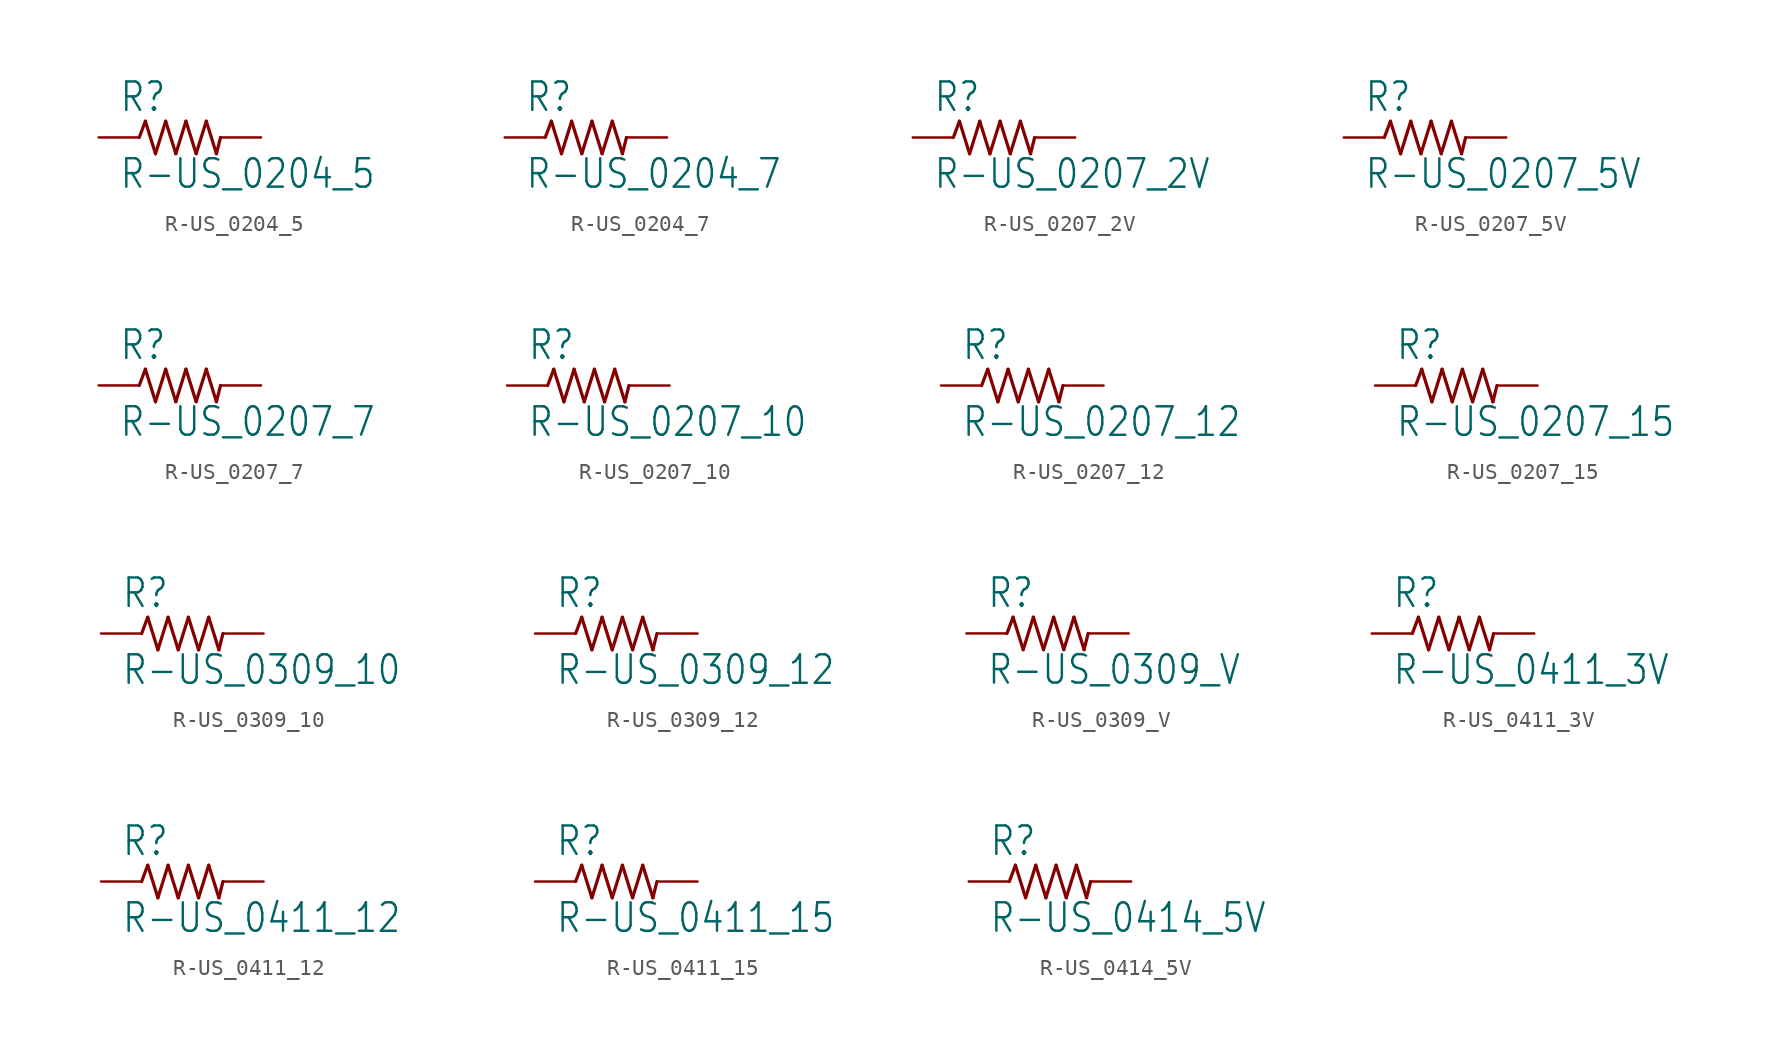
<source format=kicad_sym>
(kicad_symbol_lib
  (version 20200126)
  (host kicad_symbol_editor "(5.99.0-2281-g2f31bf278-dirty)")
  (symbol "R-US_0204_5"
    (property "Reference" "R"
      (at -3.81 1.499 0)
      (effects (font (size 1.778 1.511)) (justify left bottom)))
    (property "Value" "R-US_0204_5"
      (at -3.81 -3.302 0)
      (effects (font (size 1.778 1.511)) (justify left bottom)))
    (property "ki_locked" ""
      (at 0 0 0)
      (effects (font (size 1.27 1.27))))
    (symbol "R-US_0204_5_1_0"
      (polyline (pts (xy -2.54 0) (xy -2.159 1.016)) (stroke (width 0.203)) (fill (type none)))
      (polyline (pts (xy -2.159 1.016) (xy -1.524 -1.016)) (stroke (width 0.203)) (fill (type none)))
      (polyline (pts (xy -1.524 -1.016) (xy -0.889 1.016)) (stroke (width 0.203)) (fill (type none)))
      (polyline (pts (xy -0.889 1.016) (xy -0.254 -1.016)) (stroke (width 0.203)) (fill (type none)))
      (polyline (pts (xy -0.254 -1.016) (xy 0.381 1.016)) (stroke (width 0.203)) (fill (type none)))
      (polyline (pts (xy 0.381 1.016) (xy 1.016 -1.016)) (stroke (width 0.203)) (fill (type none)))
      (polyline (pts (xy 1.016 -1.016) (xy 1.651 1.016)) (stroke (width 0.203)) (fill (type none)))
      (polyline (pts (xy 1.651 1.016) (xy 2.286 -1.016)) (stroke (width 0.203)) (fill (type none)))
      (polyline (pts (xy 2.286 -1.016) (xy 2.54 0)) (stroke (width 0.203)) (fill (type none)))
      (pin passive line (at 5.08 0 180) (length 2.54) (name "2" (effects (font (size 0 0)))) (number "2" (effects (font (size 0 0)))))
      (pin passive line (at -5.08 0 0) (length 2.54) (name "1" (effects (font (size 0 0)))) (number "1" (effects (font (size 0 0)))))))
  (symbol "R-US_0204_7"
    (property "Reference" "R"
      (at -3.81 1.499 0)
      (effects (font (size 1.778 1.511)) (justify left bottom)))
    (property "Value" "R-US_0204_7"
      (at -3.81 -3.302 0)
      (effects (font (size 1.778 1.511)) (justify left bottom)))
    (property "ki_locked" ""
      (at 0 0 0)
      (effects (font (size 1.27 1.27))))
    (symbol "R-US_0204_7_1_0"
      (polyline (pts (xy -2.54 0) (xy -2.159 1.016)) (stroke (width 0.203)) (fill (type none)))
      (polyline (pts (xy -2.159 1.016) (xy -1.524 -1.016)) (stroke (width 0.203)) (fill (type none)))
      (polyline (pts (xy -1.524 -1.016) (xy -0.889 1.016)) (stroke (width 0.203)) (fill (type none)))
      (polyline (pts (xy -0.889 1.016) (xy -0.254 -1.016)) (stroke (width 0.203)) (fill (type none)))
      (polyline (pts (xy -0.254 -1.016) (xy 0.381 1.016)) (stroke (width 0.203)) (fill (type none)))
      (polyline (pts (xy 0.381 1.016) (xy 1.016 -1.016)) (stroke (width 0.203)) (fill (type none)))
      (polyline (pts (xy 1.016 -1.016) (xy 1.651 1.016)) (stroke (width 0.203)) (fill (type none)))
      (polyline (pts (xy 1.651 1.016) (xy 2.286 -1.016)) (stroke (width 0.203)) (fill (type none)))
      (polyline (pts (xy 2.286 -1.016) (xy 2.54 0)) (stroke (width 0.203)) (fill (type none)))
      (pin passive line (at 5.08 0 180) (length 2.54) (name "2" (effects (font (size 0 0)))) (number "2" (effects (font (size 0 0)))))
      (pin passive line (at -5.08 0 0) (length 2.54) (name "1" (effects (font (size 0 0)))) (number "1" (effects (font (size 0 0)))))))
  (symbol "R-US_0207_2V"
    (property "Reference" "R"
      (at -3.81 1.499 0)
      (effects (font (size 1.778 1.511)) (justify left bottom)))
    (property "Value" "R-US_0207_2V"
      (at -3.81 -3.302 0)
      (effects (font (size 1.778 1.511)) (justify left bottom)))
    (property "ki_locked" ""
      (at 0 0 0)
      (effects (font (size 1.27 1.27))))
    (symbol "R-US_0207_2V_1_0"
      (polyline (pts (xy -2.54 0) (xy -2.159 1.016)) (stroke (width 0.203)) (fill (type none)))
      (polyline (pts (xy -2.159 1.016) (xy -1.524 -1.016)) (stroke (width 0.203)) (fill (type none)))
      (polyline (pts (xy -1.524 -1.016) (xy -0.889 1.016)) (stroke (width 0.203)) (fill (type none)))
      (polyline (pts (xy -0.889 1.016) (xy -0.254 -1.016)) (stroke (width 0.203)) (fill (type none)))
      (polyline (pts (xy -0.254 -1.016) (xy 0.381 1.016)) (stroke (width 0.203)) (fill (type none)))
      (polyline (pts (xy 0.381 1.016) (xy 1.016 -1.016)) (stroke (width 0.203)) (fill (type none)))
      (polyline (pts (xy 1.016 -1.016) (xy 1.651 1.016)) (stroke (width 0.203)) (fill (type none)))
      (polyline (pts (xy 1.651 1.016) (xy 2.286 -1.016)) (stroke (width 0.203)) (fill (type none)))
      (polyline (pts (xy 2.286 -1.016) (xy 2.54 0)) (stroke (width 0.203)) (fill (type none)))
      (pin passive line (at 5.08 0 180) (length 2.54) (name "2" (effects (font (size 0 0)))) (number "2" (effects (font (size 0 0)))))
      (pin passive line (at -5.08 0 0) (length 2.54) (name "1" (effects (font (size 0 0)))) (number "1" (effects (font (size 0 0)))))))
  (symbol "R-US_0207_5V"
    (property "Reference" "R"
      (at -3.81 1.499 0)
      (effects (font (size 1.778 1.511)) (justify left bottom)))
    (property "Value" "R-US_0207_5V"
      (at -3.81 -3.302 0)
      (effects (font (size 1.778 1.511)) (justify left bottom)))
    (property "ki_locked" ""
      (at 0 0 0)
      (effects (font (size 1.27 1.27))))
    (symbol "R-US_0207_5V_1_0"
      (polyline (pts (xy -2.54 0) (xy -2.159 1.016)) (stroke (width 0.203)) (fill (type none)))
      (polyline (pts (xy -2.159 1.016) (xy -1.524 -1.016)) (stroke (width 0.203)) (fill (type none)))
      (polyline (pts (xy -1.524 -1.016) (xy -0.889 1.016)) (stroke (width 0.203)) (fill (type none)))
      (polyline (pts (xy -0.889 1.016) (xy -0.254 -1.016)) (stroke (width 0.203)) (fill (type none)))
      (polyline (pts (xy -0.254 -1.016) (xy 0.381 1.016)) (stroke (width 0.203)) (fill (type none)))
      (polyline (pts (xy 0.381 1.016) (xy 1.016 -1.016)) (stroke (width 0.203)) (fill (type none)))
      (polyline (pts (xy 1.016 -1.016) (xy 1.651 1.016)) (stroke (width 0.203)) (fill (type none)))
      (polyline (pts (xy 1.651 1.016) (xy 2.286 -1.016)) (stroke (width 0.203)) (fill (type none)))
      (polyline (pts (xy 2.286 -1.016) (xy 2.54 0)) (stroke (width 0.203)) (fill (type none)))
      (pin passive line (at 5.08 0 180) (length 2.54) (name "2" (effects (font (size 0 0)))) (number "2" (effects (font (size 0 0)))))
      (pin passive line (at -5.08 0 0) (length 2.54) (name "1" (effects (font (size 0 0)))) (number "1" (effects (font (size 0 0)))))))
  (symbol "R-US_0207_7"
    (property "Reference" "R"
      (at -3.81 1.499 0)
      (effects (font (size 1.778 1.511)) (justify left bottom)))
    (property "Value" "R-US_0207_7"
      (at -3.81 -3.302 0)
      (effects (font (size 1.778 1.511)) (justify left bottom)))
    (property "ki_locked" ""
      (at 0 0 0)
      (effects (font (size 1.27 1.27))))
    (symbol "R-US_0207_7_1_0"
      (polyline (pts (xy -2.54 0) (xy -2.159 1.016)) (stroke (width 0.203)) (fill (type none)))
      (polyline (pts (xy -2.159 1.016) (xy -1.524 -1.016)) (stroke (width 0.203)) (fill (type none)))
      (polyline (pts (xy -1.524 -1.016) (xy -0.889 1.016)) (stroke (width 0.203)) (fill (type none)))
      (polyline (pts (xy -0.889 1.016) (xy -0.254 -1.016)) (stroke (width 0.203)) (fill (type none)))
      (polyline (pts (xy -0.254 -1.016) (xy 0.381 1.016)) (stroke (width 0.203)) (fill (type none)))
      (polyline (pts (xy 0.381 1.016) (xy 1.016 -1.016)) (stroke (width 0.203)) (fill (type none)))
      (polyline (pts (xy 1.016 -1.016) (xy 1.651 1.016)) (stroke (width 0.203)) (fill (type none)))
      (polyline (pts (xy 1.651 1.016) (xy 2.286 -1.016)) (stroke (width 0.203)) (fill (type none)))
      (polyline (pts (xy 2.286 -1.016) (xy 2.54 0)) (stroke (width 0.203)) (fill (type none)))
      (pin passive line (at 5.08 0 180) (length 2.54) (name "2" (effects (font (size 0 0)))) (number "2" (effects (font (size 0 0)))))
      (pin passive line (at -5.08 0 0) (length 2.54) (name "1" (effects (font (size 0 0)))) (number "1" (effects (font (size 0 0)))))))
  (symbol "R-US_0207_10"
    (property "Reference" "R"
      (at -3.81 1.499 0)
      (effects (font (size 1.778 1.511)) (justify left bottom)))
    (property "Value" "R-US_0207_10"
      (at -3.81 -3.302 0)
      (effects (font (size 1.778 1.511)) (justify left bottom)))
    (property "ki_locked" ""
      (at 0 0 0)
      (effects (font (size 1.27 1.27))))
    (symbol "R-US_0207_10_1_0"
      (polyline (pts (xy -2.54 0) (xy -2.159 1.016)) (stroke (width 0.203)) (fill (type none)))
      (polyline (pts (xy -2.159 1.016) (xy -1.524 -1.016)) (stroke (width 0.203)) (fill (type none)))
      (polyline (pts (xy -1.524 -1.016) (xy -0.889 1.016)) (stroke (width 0.203)) (fill (type none)))
      (polyline (pts (xy -0.889 1.016) (xy -0.254 -1.016)) (stroke (width 0.203)) (fill (type none)))
      (polyline (pts (xy -0.254 -1.016) (xy 0.381 1.016)) (stroke (width 0.203)) (fill (type none)))
      (polyline (pts (xy 0.381 1.016) (xy 1.016 -1.016)) (stroke (width 0.203)) (fill (type none)))
      (polyline (pts (xy 1.016 -1.016) (xy 1.651 1.016)) (stroke (width 0.203)) (fill (type none)))
      (polyline (pts (xy 1.651 1.016) (xy 2.286 -1.016)) (stroke (width 0.203)) (fill (type none)))
      (polyline (pts (xy 2.286 -1.016) (xy 2.54 0)) (stroke (width 0.203)) (fill (type none)))
      (pin passive line (at 5.08 0 180) (length 2.54) (name "2" (effects (font (size 0 0)))) (number "2" (effects (font (size 0 0)))))
      (pin passive line (at -5.08 0 0) (length 2.54) (name "1" (effects (font (size 0 0)))) (number "1" (effects (font (size 0 0)))))))
  (symbol "R-US_0207_12"
    (property "Reference" "R"
      (at -3.81 1.499 0)
      (effects (font (size 1.778 1.511)) (justify left bottom)))
    (property "Value" "R-US_0207_12"
      (at -3.81 -3.302 0)
      (effects (font (size 1.778 1.511)) (justify left bottom)))
    (property "ki_locked" ""
      (at 0 0 0)
      (effects (font (size 1.27 1.27))))
    (symbol "R-US_0207_12_1_0"
      (polyline (pts (xy -2.54 0) (xy -2.159 1.016)) (stroke (width 0.203)) (fill (type none)))
      (polyline (pts (xy -2.159 1.016) (xy -1.524 -1.016)) (stroke (width 0.203)) (fill (type none)))
      (polyline (pts (xy -1.524 -1.016) (xy -0.889 1.016)) (stroke (width 0.203)) (fill (type none)))
      (polyline (pts (xy -0.889 1.016) (xy -0.254 -1.016)) (stroke (width 0.203)) (fill (type none)))
      (polyline (pts (xy -0.254 -1.016) (xy 0.381 1.016)) (stroke (width 0.203)) (fill (type none)))
      (polyline (pts (xy 0.381 1.016) (xy 1.016 -1.016)) (stroke (width 0.203)) (fill (type none)))
      (polyline (pts (xy 1.016 -1.016) (xy 1.651 1.016)) (stroke (width 0.203)) (fill (type none)))
      (polyline (pts (xy 1.651 1.016) (xy 2.286 -1.016)) (stroke (width 0.203)) (fill (type none)))
      (polyline (pts (xy 2.286 -1.016) (xy 2.54 0)) (stroke (width 0.203)) (fill (type none)))
      (pin passive line (at 5.08 0 180) (length 2.54) (name "2" (effects (font (size 0 0)))) (number "2" (effects (font (size 0 0)))))
      (pin passive line (at -5.08 0 0) (length 2.54) (name "1" (effects (font (size 0 0)))) (number "1" (effects (font (size 0 0)))))))
  (symbol "R-US_0207_15"
    (property "Reference" "R"
      (at -3.81 1.499 0)
      (effects (font (size 1.778 1.511)) (justify left bottom)))
    (property "Value" "R-US_0207_15"
      (at -3.81 -3.302 0)
      (effects (font (size 1.778 1.511)) (justify left bottom)))
    (property "ki_locked" ""
      (at 0 0 0)
      (effects (font (size 1.27 1.27))))
    (symbol "R-US_0207_15_1_0"
      (polyline (pts (xy -2.54 0) (xy -2.159 1.016)) (stroke (width 0.203)) (fill (type none)))
      (polyline (pts (xy -2.159 1.016) (xy -1.524 -1.016)) (stroke (width 0.203)) (fill (type none)))
      (polyline (pts (xy -1.524 -1.016) (xy -0.889 1.016)) (stroke (width 0.203)) (fill (type none)))
      (polyline (pts (xy -0.889 1.016) (xy -0.254 -1.016)) (stroke (width 0.203)) (fill (type none)))
      (polyline (pts (xy -0.254 -1.016) (xy 0.381 1.016)) (stroke (width 0.203)) (fill (type none)))
      (polyline (pts (xy 0.381 1.016) (xy 1.016 -1.016)) (stroke (width 0.203)) (fill (type none)))
      (polyline (pts (xy 1.016 -1.016) (xy 1.651 1.016)) (stroke (width 0.203)) (fill (type none)))
      (polyline (pts (xy 1.651 1.016) (xy 2.286 -1.016)) (stroke (width 0.203)) (fill (type none)))
      (polyline (pts (xy 2.286 -1.016) (xy 2.54 0)) (stroke (width 0.203)) (fill (type none)))
      (pin passive line (at 5.08 0 180) (length 2.54) (name "2" (effects (font (size 0 0)))) (number "2" (effects (font (size 0 0)))))
      (pin passive line (at -5.08 0 0) (length 2.54) (name "1" (effects (font (size 0 0)))) (number "1" (effects (font (size 0 0)))))))
  (symbol "R-US_0309_10"
    (property "Reference" "R"
      (at -3.81 1.499 0)
      (effects (font (size 1.778 1.511)) (justify left bottom)))
    (property "Value" "R-US_0309_10"
      (at -3.81 -3.302 0)
      (effects (font (size 1.778 1.511)) (justify left bottom)))
    (property "ki_locked" ""
      (at 0 0 0)
      (effects (font (size 1.27 1.27))))
    (symbol "R-US_0309_10_1_0"
      (polyline (pts (xy -2.54 0) (xy -2.159 1.016)) (stroke (width 0.203)) (fill (type none)))
      (polyline (pts (xy -2.159 1.016) (xy -1.524 -1.016)) (stroke (width 0.203)) (fill (type none)))
      (polyline (pts (xy -1.524 -1.016) (xy -0.889 1.016)) (stroke (width 0.203)) (fill (type none)))
      (polyline (pts (xy -0.889 1.016) (xy -0.254 -1.016)) (stroke (width 0.203)) (fill (type none)))
      (polyline (pts (xy -0.254 -1.016) (xy 0.381 1.016)) (stroke (width 0.203)) (fill (type none)))
      (polyline (pts (xy 0.381 1.016) (xy 1.016 -1.016)) (stroke (width 0.203)) (fill (type none)))
      (polyline (pts (xy 1.016 -1.016) (xy 1.651 1.016)) (stroke (width 0.203)) (fill (type none)))
      (polyline (pts (xy 1.651 1.016) (xy 2.286 -1.016)) (stroke (width 0.203)) (fill (type none)))
      (polyline (pts (xy 2.286 -1.016) (xy 2.54 0)) (stroke (width 0.203)) (fill (type none)))
      (pin passive line (at 5.08 0 180) (length 2.54) (name "2" (effects (font (size 0 0)))) (number "2" (effects (font (size 0 0)))))
      (pin passive line (at -5.08 0 0) (length 2.54) (name "1" (effects (font (size 0 0)))) (number "1" (effects (font (size 0 0)))))))
  (symbol "R-US_0309_12"
    (property "Reference" "R"
      (at -3.81 1.499 0)
      (effects (font (size 1.778 1.511)) (justify left bottom)))
    (property "Value" "R-US_0309_12"
      (at -3.81 -3.302 0)
      (effects (font (size 1.778 1.511)) (justify left bottom)))
    (property "ki_locked" ""
      (at 0 0 0)
      (effects (font (size 1.27 1.27))))
    (symbol "R-US_0309_12_1_0"
      (polyline (pts (xy -2.54 0) (xy -2.159 1.016)) (stroke (width 0.203)) (fill (type none)))
      (polyline (pts (xy -2.159 1.016) (xy -1.524 -1.016)) (stroke (width 0.203)) (fill (type none)))
      (polyline (pts (xy -1.524 -1.016) (xy -0.889 1.016)) (stroke (width 0.203)) (fill (type none)))
      (polyline (pts (xy -0.889 1.016) (xy -0.254 -1.016)) (stroke (width 0.203)) (fill (type none)))
      (polyline (pts (xy -0.254 -1.016) (xy 0.381 1.016)) (stroke (width 0.203)) (fill (type none)))
      (polyline (pts (xy 0.381 1.016) (xy 1.016 -1.016)) (stroke (width 0.203)) (fill (type none)))
      (polyline (pts (xy 1.016 -1.016) (xy 1.651 1.016)) (stroke (width 0.203)) (fill (type none)))
      (polyline (pts (xy 1.651 1.016) (xy 2.286 -1.016)) (stroke (width 0.203)) (fill (type none)))
      (polyline (pts (xy 2.286 -1.016) (xy 2.54 0)) (stroke (width 0.203)) (fill (type none)))
      (pin passive line (at 5.08 0 180) (length 2.54) (name "2" (effects (font (size 0 0)))) (number "2" (effects (font (size 0 0)))))
      (pin passive line (at -5.08 0 0) (length 2.54) (name "1" (effects (font (size 0 0)))) (number "1" (effects (font (size 0 0)))))))
  (symbol "R-US_0309_V"
    (property "Reference" "R"
      (at -3.81 1.499 0)
      (effects (font (size 1.778 1.511)) (justify left bottom)))
    (property "Value" "R-US_0309_V"
      (at -3.81 -3.302 0)
      (effects (font (size 1.778 1.511)) (justify left bottom)))
    (property "ki_locked" ""
      (at 0 0 0)
      (effects (font (size 1.27 1.27))))
    (symbol "R-US_0309_V_1_0"
      (polyline (pts (xy -2.54 0) (xy -2.159 1.016)) (stroke (width 0.203)) (fill (type none)))
      (polyline (pts (xy -2.159 1.016) (xy -1.524 -1.016)) (stroke (width 0.203)) (fill (type none)))
      (polyline (pts (xy -1.524 -1.016) (xy -0.889 1.016)) (stroke (width 0.203)) (fill (type none)))
      (polyline (pts (xy -0.889 1.016) (xy -0.254 -1.016)) (stroke (width 0.203)) (fill (type none)))
      (polyline (pts (xy -0.254 -1.016) (xy 0.381 1.016)) (stroke (width 0.203)) (fill (type none)))
      (polyline (pts (xy 0.381 1.016) (xy 1.016 -1.016)) (stroke (width 0.203)) (fill (type none)))
      (polyline (pts (xy 1.016 -1.016) (xy 1.651 1.016)) (stroke (width 0.203)) (fill (type none)))
      (polyline (pts (xy 1.651 1.016) (xy 2.286 -1.016)) (stroke (width 0.203)) (fill (type none)))
      (polyline (pts (xy 2.286 -1.016) (xy 2.54 0)) (stroke (width 0.203)) (fill (type none)))
      (pin passive line (at 5.08 0 180) (length 2.54) (name "2" (effects (font (size 0 0)))) (number "2" (effects (font (size 0 0)))))
      (pin passive line (at -5.08 0 0) (length 2.54) (name "1" (effects (font (size 0 0)))) (number "1" (effects (font (size 0 0)))))))
  (symbol "R-US_0411_3V"
    (property "Reference" "R"
      (at -3.81 1.499 0)
      (effects (font (size 1.778 1.511)) (justify left bottom)))
    (property "Value" "R-US_0411_3V"
      (at -3.81 -3.302 0)
      (effects (font (size 1.778 1.511)) (justify left bottom)))
    (property "ki_locked" ""
      (at 0 0 0)
      (effects (font (size 1.27 1.27))))
    (symbol "R-US_0411_3V_1_0"
      (polyline (pts (xy -2.54 0) (xy -2.159 1.016)) (stroke (width 0.203)) (fill (type none)))
      (polyline (pts (xy -2.159 1.016) (xy -1.524 -1.016)) (stroke (width 0.203)) (fill (type none)))
      (polyline (pts (xy -1.524 -1.016) (xy -0.889 1.016)) (stroke (width 0.203)) (fill (type none)))
      (polyline (pts (xy -0.889 1.016) (xy -0.254 -1.016)) (stroke (width 0.203)) (fill (type none)))
      (polyline (pts (xy -0.254 -1.016) (xy 0.381 1.016)) (stroke (width 0.203)) (fill (type none)))
      (polyline (pts (xy 0.381 1.016) (xy 1.016 -1.016)) (stroke (width 0.203)) (fill (type none)))
      (polyline (pts (xy 1.016 -1.016) (xy 1.651 1.016)) (stroke (width 0.203)) (fill (type none)))
      (polyline (pts (xy 1.651 1.016) (xy 2.286 -1.016)) (stroke (width 0.203)) (fill (type none)))
      (polyline (pts (xy 2.286 -1.016) (xy 2.54 0)) (stroke (width 0.203)) (fill (type none)))
      (pin passive line (at 5.08 0 180) (length 2.54) (name "2" (effects (font (size 0 0)))) (number "2" (effects (font (size 0 0)))))
      (pin passive line (at -5.08 0 0) (length 2.54) (name "1" (effects (font (size 0 0)))) (number "1" (effects (font (size 0 0)))))))
  (symbol "R-US_0411_12"
    (property "Reference" "R"
      (at -3.81 1.499 0)
      (effects (font (size 1.778 1.511)) (justify left bottom)))
    (property "Value" "R-US_0411_12"
      (at -3.81 -3.302 0)
      (effects (font (size 1.778 1.511)) (justify left bottom)))
    (property "ki_locked" ""
      (at 0 0 0)
      (effects (font (size 1.27 1.27))))
    (symbol "R-US_0411_12_1_0"
      (polyline (pts (xy -2.54 0) (xy -2.159 1.016)) (stroke (width 0.203)) (fill (type none)))
      (polyline (pts (xy -2.159 1.016) (xy -1.524 -1.016)) (stroke (width 0.203)) (fill (type none)))
      (polyline (pts (xy -1.524 -1.016) (xy -0.889 1.016)) (stroke (width 0.203)) (fill (type none)))
      (polyline (pts (xy -0.889 1.016) (xy -0.254 -1.016)) (stroke (width 0.203)) (fill (type none)))
      (polyline (pts (xy -0.254 -1.016) (xy 0.381 1.016)) (stroke (width 0.203)) (fill (type none)))
      (polyline (pts (xy 0.381 1.016) (xy 1.016 -1.016)) (stroke (width 0.203)) (fill (type none)))
      (polyline (pts (xy 1.016 -1.016) (xy 1.651 1.016)) (stroke (width 0.203)) (fill (type none)))
      (polyline (pts (xy 1.651 1.016) (xy 2.286 -1.016)) (stroke (width 0.203)) (fill (type none)))
      (polyline (pts (xy 2.286 -1.016) (xy 2.54 0)) (stroke (width 0.203)) (fill (type none)))
      (pin passive line (at 5.08 0 180) (length 2.54) (name "2" (effects (font (size 0 0)))) (number "2" (effects (font (size 0 0)))))
      (pin passive line (at -5.08 0 0) (length 2.54) (name "1" (effects (font (size 0 0)))) (number "1" (effects (font (size 0 0)))))))
  (symbol "R-US_0411_15"
    (property "Reference" "R"
      (at -3.81 1.499 0)
      (effects (font (size 1.778 1.511)) (justify left bottom)))
    (property "Value" "R-US_0411_15"
      (at -3.81 -3.302 0)
      (effects (font (size 1.778 1.511)) (justify left bottom)))
    (property "ki_locked" ""
      (at 0 0 0)
      (effects (font (size 1.27 1.27))))
    (symbol "R-US_0411_15_1_0"
      (polyline (pts (xy -2.54 0) (xy -2.159 1.016)) (stroke (width 0.203)) (fill (type none)))
      (polyline (pts (xy -2.159 1.016) (xy -1.524 -1.016)) (stroke (width 0.203)) (fill (type none)))
      (polyline (pts (xy -1.524 -1.016) (xy -0.889 1.016)) (stroke (width 0.203)) (fill (type none)))
      (polyline (pts (xy -0.889 1.016) (xy -0.254 -1.016)) (stroke (width 0.203)) (fill (type none)))
      (polyline (pts (xy -0.254 -1.016) (xy 0.381 1.016)) (stroke (width 0.203)) (fill (type none)))
      (polyline (pts (xy 0.381 1.016) (xy 1.016 -1.016)) (stroke (width 0.203)) (fill (type none)))
      (polyline (pts (xy 1.016 -1.016) (xy 1.651 1.016)) (stroke (width 0.203)) (fill (type none)))
      (polyline (pts (xy 1.651 1.016) (xy 2.286 -1.016)) (stroke (width 0.203)) (fill (type none)))
      (polyline (pts (xy 2.286 -1.016) (xy 2.54 0)) (stroke (width 0.203)) (fill (type none)))
      (pin passive line (at 5.08 0 180) (length 2.54) (name "2" (effects (font (size 0 0)))) (number "2" (effects (font (size 0 0)))))
      (pin passive line (at -5.08 0 0) (length 2.54) (name "1" (effects (font (size 0 0)))) (number "1" (effects (font (size 0 0)))))))
  (symbol "R-US_0414_5V"
    (property "Reference" "R"
      (at -3.81 1.499 0)
      (effects (font (size 1.778 1.511)) (justify left bottom)))
    (property "Value" "R-US_0414_5V"
      (at -3.81 -3.302 0)
      (effects (font (size 1.778 1.511)) (justify left bottom)))
    (property "ki_locked" ""
      (at 0 0 0)
      (effects (font (size 1.27 1.27))))
    (symbol "R-US_0414_5V_1_0"
      (polyline (pts (xy -2.54 0) (xy -2.159 1.016)) (stroke (width 0.203)) (fill (type none)))
      (polyline (pts (xy -2.159 1.016) (xy -1.524 -1.016)) (stroke (width 0.203)) (fill (type none)))
      (polyline (pts (xy -1.524 -1.016) (xy -0.889 1.016)) (stroke (width 0.203)) (fill (type none)))
      (polyline (pts (xy -0.889 1.016) (xy -0.254 -1.016)) (stroke (width 0.203)) (fill (type none)))
      (polyline (pts (xy -0.254 -1.016) (xy 0.381 1.016)) (stroke (width 0.203)) (fill (type none)))
      (polyline (pts (xy 0.381 1.016) (xy 1.016 -1.016)) (stroke (width 0.203)) (fill (type none)))
      (polyline (pts (xy 1.016 -1.016) (xy 1.651 1.016)) (stroke (width 0.203)) (fill (type none)))
      (polyline (pts (xy 1.651 1.016) (xy 2.286 -1.016)) (stroke (width 0.203)) (fill (type none)))
      (polyline (pts (xy 2.286 -1.016) (xy 2.54 0)) (stroke (width 0.203)) (fill (type none)))
      (pin passive line (at 5.08 0 180) (length 2.54) (name "2" (effects (font (size 0 0)))) (number "2" (effects (font (size 0 0)))))
      (pin passive line (at -5.08 0 0) (length 2.54) (name "1" (effects (font (size 0 0)))) (number "1" (effects (font (size 0 0))))))))
</source>
